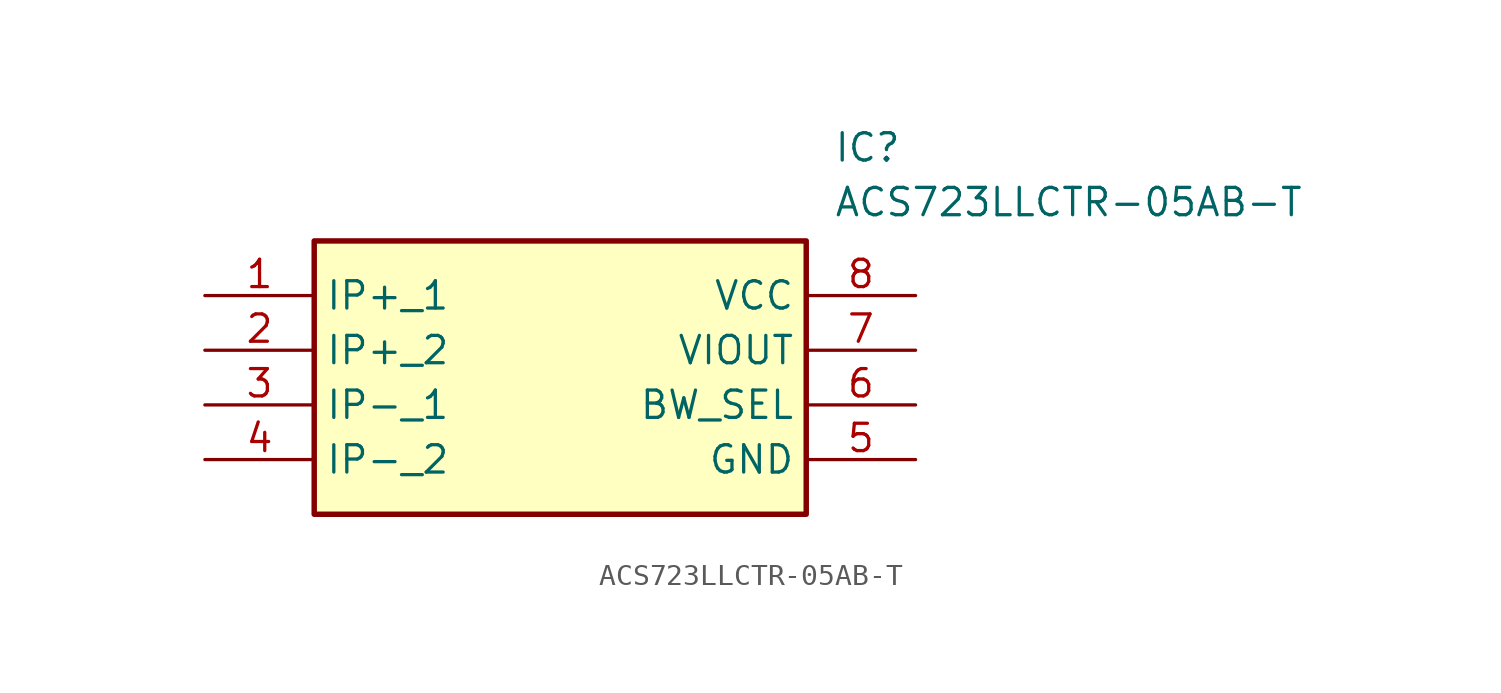
<source format=kicad_sym>
(kicad_symbol_lib
  (version 20220914)
  (generator SamacSys_ECAD_Model)
  (symbol "ACS723LLCTR-05AB-T"
    (property "Reference" "IC"
      (at 29.21 7.62 0)
      (effects (font (size 1.27 1.27)) (justify left top)))
    (property "Value" "ACS723LLCTR-05AB-T"
      (at 29.21 5.08 0)
      (effects (font (size 1.27 1.27)) (justify left top)))
    (rectangle
      (start 5.08 2.54)
      (end 27.94 -10.16)
      (stroke (width 0.254) (type default))
      (fill (type background)))
    (pin passive line
      (at 0 0 0)
      (length 5.08)
      (name "IP+_1" (effects (font (size 1.27 1.27))))
      (number "1" (effects (font (size 1.27 1.27)))))
    (pin passive line
      (at 0 -2.54 0)
      (length 5.08)
      (name "IP+_2" (effects (font (size 1.27 1.27))))
      (number "2" (effects (font (size 1.27 1.27)))))
    (pin passive line
      (at 0 -5.08 0)
      (length 5.08)
      (name "IP-_1" (effects (font (size 1.27 1.27))))
      (number "3" (effects (font (size 1.27 1.27)))))
    (pin passive line
      (at 0 -7.62 0)
      (length 5.08)
      (name "IP-_2" (effects (font (size 1.27 1.27))))
      (number "4" (effects (font (size 1.27 1.27)))))
    (pin passive line
      (at 33.02 0 180)
      (length 5.08)
      (name "VCC" (effects (font (size 1.27 1.27))))
      (number "8" (effects (font (size 1.27 1.27)))))
    (pin passive line
      (at 33.02 -2.54 180)
      (length 5.08)
      (name "VIOUT" (effects (font (size 1.27 1.27))))
      (number "7" (effects (font (size 1.27 1.27)))))
    (pin passive line
      (at 33.02 -5.08 180)
      (length 5.08)
      (name "BW_SEL" (effects (font (size 1.27 1.27))))
      (number "6" (effects (font (size 1.27 1.27)))))
    (pin passive line
      (at 33.02 -7.62 180)
      (length 5.08)
      (name "GND" (effects (font (size 1.27 1.27))))
      (number "5" (effects (font (size 1.27 1.27)))))))
</source>
